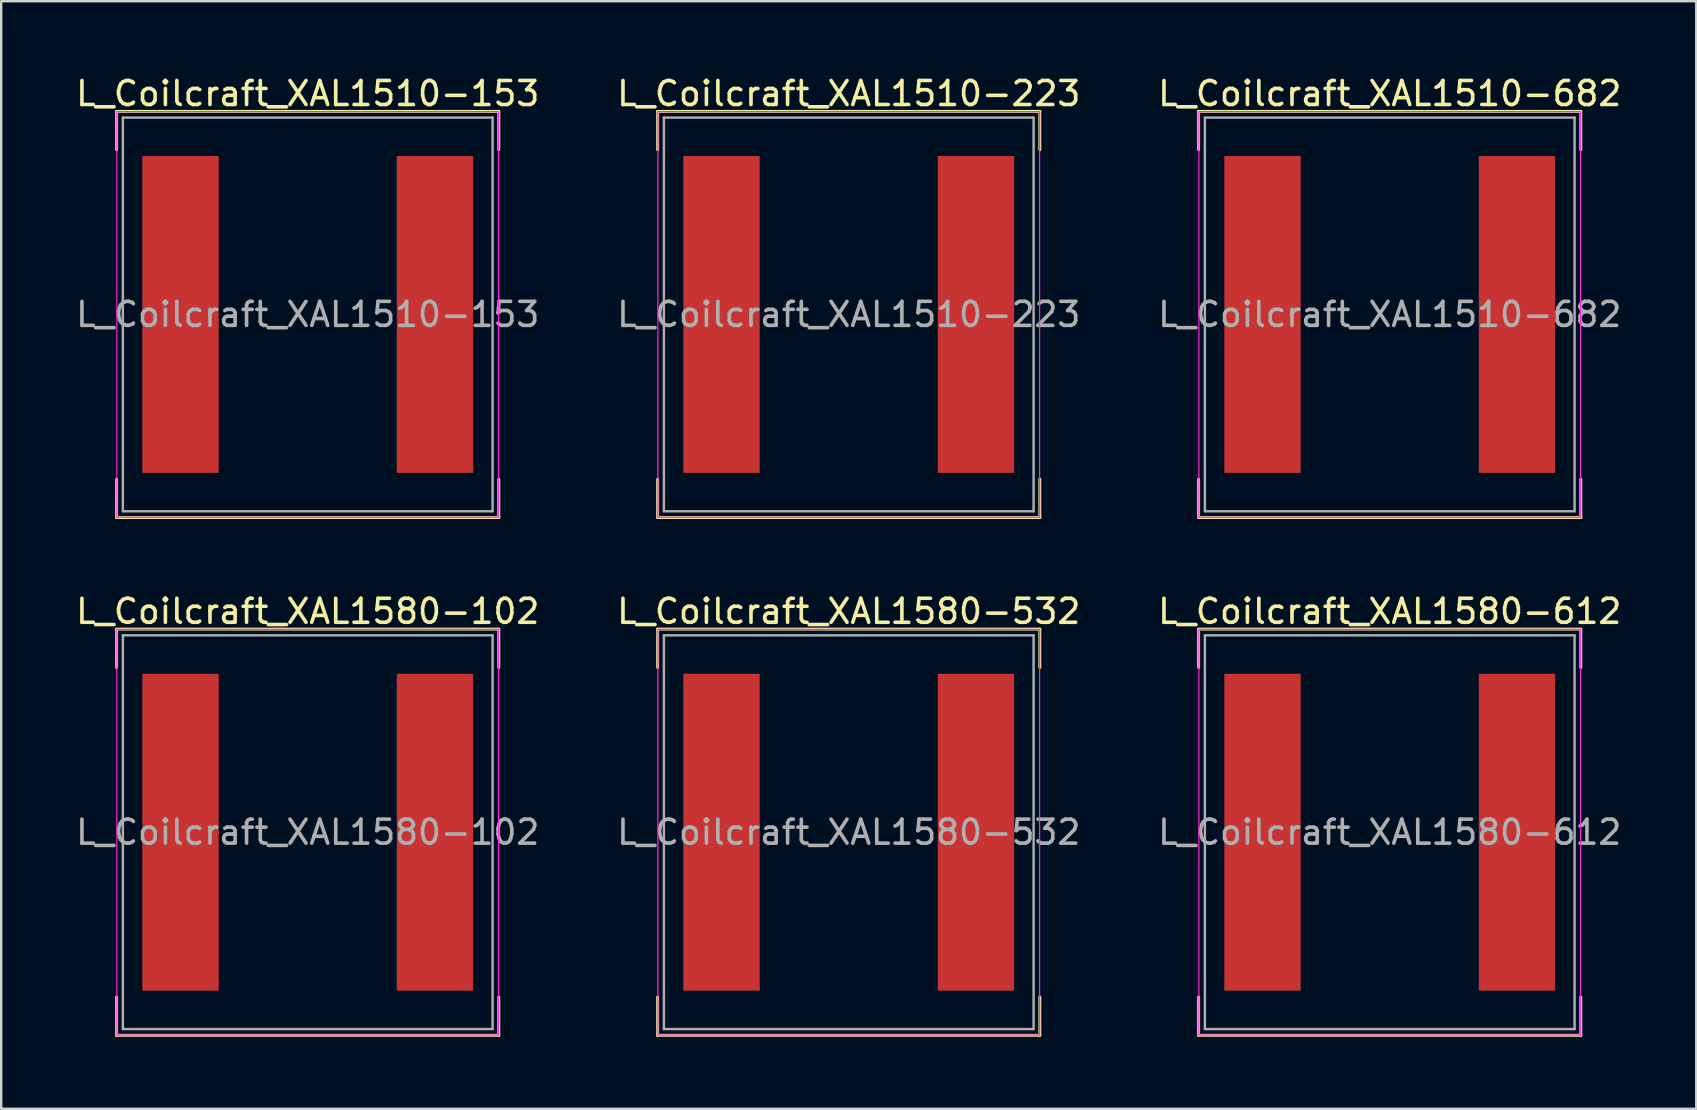
<source format=kicad_pcb>
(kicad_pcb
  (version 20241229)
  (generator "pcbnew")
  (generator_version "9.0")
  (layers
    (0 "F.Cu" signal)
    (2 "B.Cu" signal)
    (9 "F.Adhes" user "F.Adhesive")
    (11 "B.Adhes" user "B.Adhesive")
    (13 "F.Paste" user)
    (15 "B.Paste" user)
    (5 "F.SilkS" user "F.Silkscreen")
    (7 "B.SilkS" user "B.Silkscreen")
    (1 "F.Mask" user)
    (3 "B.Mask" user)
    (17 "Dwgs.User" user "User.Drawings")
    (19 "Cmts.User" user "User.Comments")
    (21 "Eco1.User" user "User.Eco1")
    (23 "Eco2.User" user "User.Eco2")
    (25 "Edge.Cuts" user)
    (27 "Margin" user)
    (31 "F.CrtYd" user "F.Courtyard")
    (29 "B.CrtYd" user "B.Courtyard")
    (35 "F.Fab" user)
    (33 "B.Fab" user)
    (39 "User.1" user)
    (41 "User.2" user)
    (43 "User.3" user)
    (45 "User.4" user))
  (footprint "L_Coilcraft_XAL1580-102"
    (layer "F.Cu")
    (at 9.768 31.616)
    (property "Reference" "L_Coilcraft_XAL1580-102" (at 0 -9.2 0) (layer "F.SilkS") (effects (font (size 1 1) (thickness 0.15))))
    (attr smd)
    (fp_line (start -7.96 -8.46) (end -7.96 -6.86) (stroke (width 0.12) (type solid)) (layer "F.SilkS"))
    (fp_line (start -7.96 -8.46) (end 7.96 -8.46) (stroke (width 0.12) (type solid)) (layer "F.SilkS"))
    (fp_line (start -7.96 8.46) (end -7.96 6.86) (stroke (width 0.12) (type solid)) (layer "F.SilkS"))
    (fp_line (start -7.96 8.46) (end 7.96 8.46) (stroke (width 0.12) (type solid)) (layer "F.SilkS"))
    (fp_line (start 7.96 -8.46) (end 7.96 -6.86) (stroke (width 0.12) (type solid)) (layer "F.SilkS"))
    (fp_line (start 7.96 8.46) (end 7.96 6.86) (stroke (width 0.12) (type solid)) (layer "F.SilkS"))
    (fp_line (start -7.95 -8.45) (end -7.95 8.45) (stroke (width 0.05) (type solid)) (layer "F.CrtYd"))
    (fp_line (start -7.95 8.45) (end 7.95 8.45) (stroke (width 0.05) (type solid)) (layer "F.CrtYd"))
    (fp_line (start 7.95 -8.45) (end -7.95 -8.45) (stroke (width 0.05) (type solid)) (layer "F.CrtYd"))
    (fp_line (start 7.95 8.45) (end 7.95 -8.45) (stroke (width 0.05) (type solid)) (layer "F.CrtYd"))
    (fp_line (start -7.7 -8.2) (end -7.7 8.2) (stroke (width 0.1) (type solid)) (layer "F.Fab"))
    (fp_line (start -7.7 8.2) (end 7.7 8.2) (stroke (width 0.1) (type solid)) (layer "F.Fab"))
    (fp_line (start 7.7 -8.2) (end -7.7 -8.2) (stroke (width 0.1) (type solid)) (layer "F.Fab"))
    (fp_line (start 7.7 8.2) (end 7.7 -8.2) (stroke (width 0.1) (type solid)) (layer "F.Fab"))
    (fp_text user "${REFERENCE}" (at 0 0 0) (layer "F.Fab") (effects (font (size 1 1) (thickness 0.15))))
    (pad "1" smd rect (at -5.3 0) (size 3.18 13.2) (layers "F.Cu" "F.Mask" "F.Paste"))
    (pad "2" smd rect (at 5.3 0) (size 3.18 13.2) (layers "F.Cu" "F.Mask" "F.Paste")))
  (footprint "L_Coilcraft_XAL1510-153"
    (layer "F.Cu")
    (at 9.768 10.048)
    (property "Reference" "L_Coilcraft_XAL1510-153" (at 0 -9.2 0) (layer "F.SilkS") (effects (font (size 1 1) (thickness 0.15))))
    (attr smd)
    (fp_line (start -7.96 -8.46) (end -7.96 -6.86) (stroke (width 0.12) (type solid)) (layer "F.SilkS"))
    (fp_line (start -7.96 -8.46) (end 7.96 -8.46) (stroke (width 0.12) (type solid)) (layer "F.SilkS"))
    (fp_line (start -7.96 8.46) (end -7.96 6.86) (stroke (width 0.12) (type solid)) (layer "F.SilkS"))
    (fp_line (start -7.96 8.46) (end 7.96 8.46) (stroke (width 0.12) (type solid)) (layer "F.SilkS"))
    (fp_line (start 7.96 -8.46) (end 7.96 -6.86) (stroke (width 0.12) (type solid)) (layer "F.SilkS"))
    (fp_line (start 7.96 8.46) (end 7.96 6.86) (stroke (width 0.12) (type solid)) (layer "F.SilkS"))
    (fp_line (start -7.95 -8.45) (end -7.95 8.45) (stroke (width 0.05) (type solid)) (layer "F.CrtYd"))
    (fp_line (start -7.95 8.45) (end 7.95 8.45) (stroke (width 0.05) (type solid)) (layer "F.CrtYd"))
    (fp_line (start 7.95 -8.45) (end -7.95 -8.45) (stroke (width 0.05) (type solid)) (layer "F.CrtYd"))
    (fp_line (start 7.95 8.45) (end 7.95 -8.45) (stroke (width 0.05) (type solid)) (layer "F.CrtYd"))
    (fp_line (start -7.7 -8.2) (end -7.7 8.2) (stroke (width 0.1) (type solid)) (layer "F.Fab"))
    (fp_line (start -7.7 8.2) (end 7.7 8.2) (stroke (width 0.1) (type solid)) (layer "F.Fab"))
    (fp_line (start 7.7 -8.2) (end -7.7 -8.2) (stroke (width 0.1) (type solid)) (layer "F.Fab"))
    (fp_line (start 7.7 8.2) (end 7.7 -8.2) (stroke (width 0.1) (type solid)) (layer "F.Fab"))
    (fp_text user "${REFERENCE}" (at 0 0 0) (layer "F.Fab") (effects (font (size 1 1) (thickness 0.15))))
    (pad "1" smd rect (at -5.3 0) (size 3.18 13.2) (layers "F.Cu" "F.Mask" "F.Paste"))
    (pad "2" smd rect (at 5.3 0) (size 3.18 13.2) (layers "F.Cu" "F.Mask" "F.Paste")))
  (footprint "L_Coilcraft_XAL1580-532"
    (layer "F.Cu")
    (at 32.304 31.616)
    (property "Reference" "L_Coilcraft_XAL1580-532" (at 0 -9.2 0) (layer "F.SilkS") (effects (font (size 1 1) (thickness 0.15))))
    (attr smd)
    (fp_line (start -7.96 -8.46) (end -7.96 -6.86) (stroke (width 0.12) (type solid)) (layer "F.SilkS"))
    (fp_line (start -7.96 -8.46) (end 7.96 -8.46) (stroke (width 0.12) (type solid)) (layer "F.SilkS"))
    (fp_line (start -7.96 8.46) (end -7.96 6.86) (stroke (width 0.12) (type solid)) (layer "F.SilkS"))
    (fp_line (start -7.96 8.46) (end 7.96 8.46) (stroke (width 0.12) (type solid)) (layer "F.SilkS"))
    (fp_line (start 7.96 -8.46) (end 7.96 -6.86) (stroke (width 0.12) (type solid)) (layer "F.SilkS"))
    (fp_line (start 7.96 8.46) (end 7.96 6.86) (stroke (width 0.12) (type solid)) (layer "F.SilkS"))
    (fp_line (start -7.95 -8.45) (end -7.95 8.45) (stroke (width 0.05) (type solid)) (layer "F.CrtYd"))
    (fp_line (start -7.95 8.45) (end 7.95 8.45) (stroke (width 0.05) (type solid)) (layer "F.CrtYd"))
    (fp_line (start 7.95 -8.45) (end -7.95 -8.45) (stroke (width 0.05) (type solid)) (layer "F.CrtYd"))
    (fp_line (start 7.95 8.45) (end 7.95 -8.45) (stroke (width 0.05) (type solid)) (layer "F.CrtYd"))
    (fp_line (start -7.7 -8.2) (end -7.7 8.2) (stroke (width 0.1) (type solid)) (layer "F.Fab"))
    (fp_line (start -7.7 8.2) (end 7.7 8.2) (stroke (width 0.1) (type solid)) (layer "F.Fab"))
    (fp_line (start 7.7 -8.2) (end -7.7 -8.2) (stroke (width 0.1) (type solid)) (layer "F.Fab"))
    (fp_line (start 7.7 8.2) (end 7.7 -8.2) (stroke (width 0.1) (type solid)) (layer "F.Fab"))
    (fp_text user "${REFERENCE}" (at 0 0 0) (layer "F.Fab") (effects (font (size 1 1) (thickness 0.15))))
    (pad "1" smd rect (at -5.3 0) (size 3.18 13.2) (layers "F.Cu" "F.Mask" "F.Paste"))
    (pad "2" smd rect (at 5.3 0) (size 3.18 13.2) (layers "F.Cu" "F.Mask" "F.Paste")))
  (footprint "L_Coilcraft_XAL1510-223"
    (layer "F.Cu")
    (at 32.304 10.048)
    (property "Reference" "L_Coilcraft_XAL1510-223" (at 0 -9.2 0) (layer "F.SilkS") (effects (font (size 1 1) (thickness 0.15))))
    (attr smd)
    (fp_line (start -7.96 -8.46) (end -7.96 -6.86) (stroke (width 0.12) (type solid)) (layer "F.SilkS"))
    (fp_line (start -7.96 -8.46) (end 7.96 -8.46) (stroke (width 0.12) (type solid)) (layer "F.SilkS"))
    (fp_line (start -7.96 8.46) (end -7.96 6.86) (stroke (width 0.12) (type solid)) (layer "F.SilkS"))
    (fp_line (start -7.96 8.46) (end 7.96 8.46) (stroke (width 0.12) (type solid)) (layer "F.SilkS"))
    (fp_line (start 7.96 -8.46) (end 7.96 -6.86) (stroke (width 0.12) (type solid)) (layer "F.SilkS"))
    (fp_line (start 7.96 8.46) (end 7.96 6.86) (stroke (width 0.12) (type solid)) (layer "F.SilkS"))
    (fp_line (start -7.95 -8.45) (end -7.95 8.45) (stroke (width 0.05) (type solid)) (layer "F.CrtYd"))
    (fp_line (start -7.95 8.45) (end 7.95 8.45) (stroke (width 0.05) (type solid)) (layer "F.CrtYd"))
    (fp_line (start 7.95 -8.45) (end -7.95 -8.45) (stroke (width 0.05) (type solid)) (layer "F.CrtYd"))
    (fp_line (start 7.95 8.45) (end 7.95 -8.45) (stroke (width 0.05) (type solid)) (layer "F.CrtYd"))
    (fp_line (start -7.7 -8.2) (end -7.7 8.2) (stroke (width 0.1) (type solid)) (layer "F.Fab"))
    (fp_line (start -7.7 8.2) (end 7.7 8.2) (stroke (width 0.1) (type solid)) (layer "F.Fab"))
    (fp_line (start 7.7 -8.2) (end -7.7 -8.2) (stroke (width 0.1) (type solid)) (layer "F.Fab"))
    (fp_line (start 7.7 8.2) (end 7.7 -8.2) (stroke (width 0.1) (type solid)) (layer "F.Fab"))
    (fp_text user "${REFERENCE}" (at 0 0 0) (layer "F.Fab") (effects (font (size 1 1) (thickness 0.15))))
    (pad "1" smd rect (at -5.3 0) (size 3.18 13.2) (layers "F.Cu" "F.Mask" "F.Paste"))
    (pad "2" smd rect (at 5.3 0) (size 3.18 13.2) (layers "F.Cu" "F.Mask" "F.Paste")))
  (footprint "L_Coilcraft_XAL1580-612"
    (layer "F.Cu")
    (at 54.839 31.616)
    (property "Reference" "L_Coilcraft_XAL1580-612" (at 0 -9.2 0) (layer "F.SilkS") (effects (font (size 1 1) (thickness 0.15))))
    (attr smd)
    (fp_line (start -7.96 -8.46) (end -7.96 -6.86) (stroke (width 0.12) (type solid)) (layer "F.SilkS"))
    (fp_line (start -7.96 -8.46) (end 7.96 -8.46) (stroke (width 0.12) (type solid)) (layer "F.SilkS"))
    (fp_line (start -7.96 8.46) (end -7.96 6.86) (stroke (width 0.12) (type solid)) (layer "F.SilkS"))
    (fp_line (start -7.96 8.46) (end 7.96 8.46) (stroke (width 0.12) (type solid)) (layer "F.SilkS"))
    (fp_line (start 7.96 -8.46) (end 7.96 -6.86) (stroke (width 0.12) (type solid)) (layer "F.SilkS"))
    (fp_line (start 7.96 8.46) (end 7.96 6.86) (stroke (width 0.12) (type solid)) (layer "F.SilkS"))
    (fp_line (start -7.95 -8.45) (end -7.95 8.45) (stroke (width 0.05) (type solid)) (layer "F.CrtYd"))
    (fp_line (start -7.95 8.45) (end 7.95 8.45) (stroke (width 0.05) (type solid)) (layer "F.CrtYd"))
    (fp_line (start 7.95 -8.45) (end -7.95 -8.45) (stroke (width 0.05) (type solid)) (layer "F.CrtYd"))
    (fp_line (start 7.95 8.45) (end 7.95 -8.45) (stroke (width 0.05) (type solid)) (layer "F.CrtYd"))
    (fp_line (start -7.7 -8.2) (end -7.7 8.2) (stroke (width 0.1) (type solid)) (layer "F.Fab"))
    (fp_line (start -7.7 8.2) (end 7.7 8.2) (stroke (width 0.1) (type solid)) (layer "F.Fab"))
    (fp_line (start 7.7 -8.2) (end -7.7 -8.2) (stroke (width 0.1) (type solid)) (layer "F.Fab"))
    (fp_line (start 7.7 8.2) (end 7.7 -8.2) (stroke (width 0.1) (type solid)) (layer "F.Fab"))
    (fp_text user "${REFERENCE}" (at 0 0 0) (layer "F.Fab") (effects (font (size 1 1) (thickness 0.15))))
    (pad "1" smd rect (at -5.3 0) (size 3.18 13.2) (layers "F.Cu" "F.Mask" "F.Paste"))
    (pad "2" smd rect (at 5.3 0) (size 3.18 13.2) (layers "F.Cu" "F.Mask" "F.Paste")))
  (footprint "L_Coilcraft_XAL1510-682"
    (layer "F.Cu")
    (at 54.839 10.048)
    (property "Reference" "L_Coilcraft_XAL1510-682" (at 0 -9.2 0) (layer "F.SilkS") (effects (font (size 1 1) (thickness 0.15))))
    (attr smd)
    (fp_line (start -7.96 -8.46) (end -7.96 -6.86) (stroke (width 0.12) (type solid)) (layer "F.SilkS"))
    (fp_line (start -7.96 -8.46) (end 7.96 -8.46) (stroke (width 0.12) (type solid)) (layer "F.SilkS"))
    (fp_line (start -7.96 8.46) (end -7.96 6.86) (stroke (width 0.12) (type solid)) (layer "F.SilkS"))
    (fp_line (start -7.96 8.46) (end 7.96 8.46) (stroke (width 0.12) (type solid)) (layer "F.SilkS"))
    (fp_line (start 7.96 -8.46) (end 7.96 -6.86) (stroke (width 0.12) (type solid)) (layer "F.SilkS"))
    (fp_line (start 7.96 8.46) (end 7.96 6.86) (stroke (width 0.12) (type solid)) (layer "F.SilkS"))
    (fp_line (start -7.95 -8.45) (end -7.95 8.45) (stroke (width 0.05) (type solid)) (layer "F.CrtYd"))
    (fp_line (start -7.95 8.45) (end 7.95 8.45) (stroke (width 0.05) (type solid)) (layer "F.CrtYd"))
    (fp_line (start 7.95 -8.45) (end -7.95 -8.45) (stroke (width 0.05) (type solid)) (layer "F.CrtYd"))
    (fp_line (start 7.95 8.45) (end 7.95 -8.45) (stroke (width 0.05) (type solid)) (layer "F.CrtYd"))
    (fp_line (start -7.7 -8.2) (end -7.7 8.2) (stroke (width 0.1) (type solid)) (layer "F.Fab"))
    (fp_line (start -7.7 8.2) (end 7.7 8.2) (stroke (width 0.1) (type solid)) (layer "F.Fab"))
    (fp_line (start 7.7 -8.2) (end -7.7 -8.2) (stroke (width 0.1) (type solid)) (layer "F.Fab"))
    (fp_line (start 7.7 8.2) (end 7.7 -8.2) (stroke (width 0.1) (type solid)) (layer "F.Fab"))
    (fp_text user "${REFERENCE}" (at 0 0 0) (layer "F.Fab") (effects (font (size 1 1) (thickness 0.15))))
    (pad "1" smd rect (at -5.3 0) (size 3.18 13.2) (layers "F.Cu" "F.Mask" "F.Paste"))
    (pad "2" smd rect (at 5.3 0) (size 3.18 13.2) (layers "F.Cu" "F.Mask" "F.Paste")))
  (gr_rect
    (start -3 -3)
    (end 67.607 43.136)
    (stroke (width 0.1) (type default))
    (fill no)
    (layer "Edge.Cuts")))
</source>
